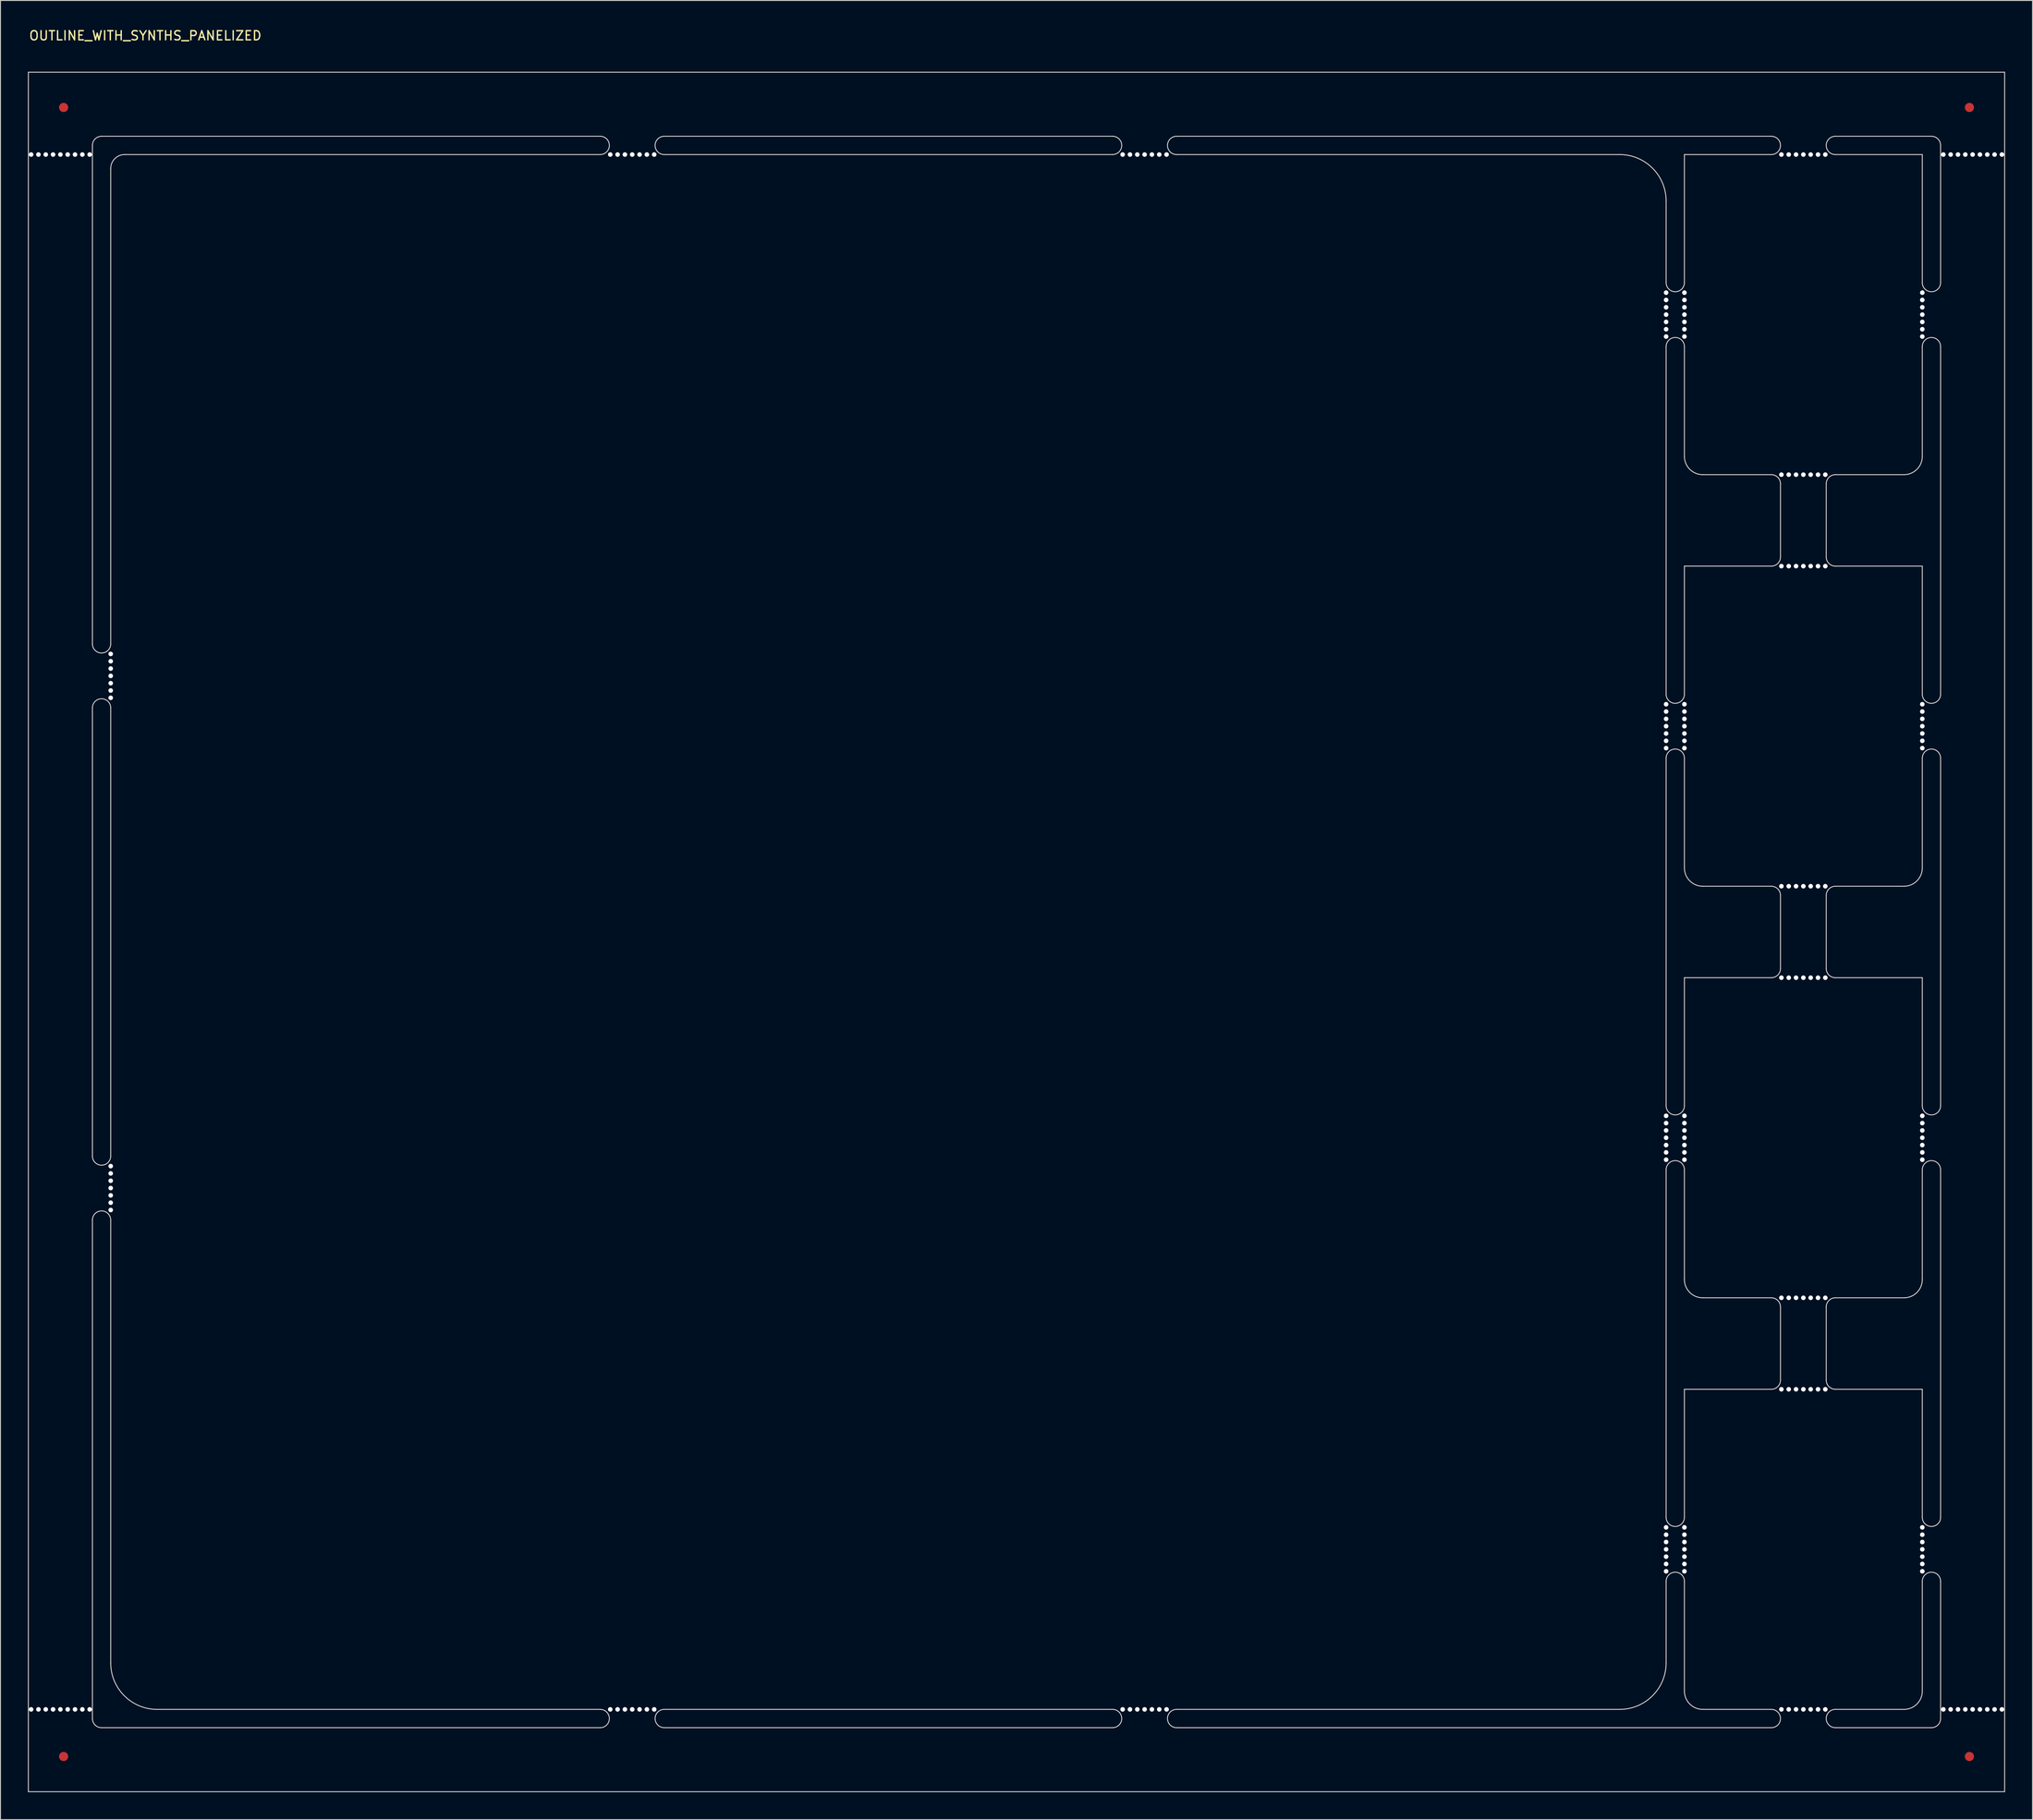
<source format=kicad_pcb>
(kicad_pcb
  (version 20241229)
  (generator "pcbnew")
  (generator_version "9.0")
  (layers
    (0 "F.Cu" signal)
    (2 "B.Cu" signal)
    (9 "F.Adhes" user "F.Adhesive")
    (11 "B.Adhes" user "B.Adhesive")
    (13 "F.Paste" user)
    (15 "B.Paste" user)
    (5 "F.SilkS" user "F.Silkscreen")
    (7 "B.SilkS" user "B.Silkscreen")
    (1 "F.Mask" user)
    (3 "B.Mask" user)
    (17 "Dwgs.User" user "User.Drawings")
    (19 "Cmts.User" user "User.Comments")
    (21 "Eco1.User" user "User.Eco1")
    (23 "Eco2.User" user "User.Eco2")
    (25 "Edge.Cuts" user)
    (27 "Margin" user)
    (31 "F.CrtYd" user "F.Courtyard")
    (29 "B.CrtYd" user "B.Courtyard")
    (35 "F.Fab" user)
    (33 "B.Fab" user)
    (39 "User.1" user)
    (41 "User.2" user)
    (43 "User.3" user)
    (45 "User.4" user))
  (footprint "OUTLINE_WITH_SYNTHS_PANELIZED"
    (layer "F.Cu")
    (at 9.05 13.848)
    (property "Reference" "OUTLINE_WITH_SYNTHS_PANELIZED" (at -9 -13 0) (unlocked yes) (layer "F.SilkS") (effects (font (size 1 1) (thickness 0.15)) (justify left)))
    (fp_line (start -9 -9) (end 207 -9) (stroke (width 0.1) (type default)) (layer "Edge.Cuts"))
    (fp_line (start -9 179) (end -9 -9) (stroke (width 0.1) (type default)) (layer "Edge.Cuts"))
    (fp_line (start -2 -1) (end -2 53.5) (stroke (width 0.1) (type default)) (layer "Edge.Cuts"))
    (fp_line (start -2 60.5) (end -2 109.5) (stroke (width 0.1) (type default)) (layer "Edge.Cuts"))
    (fp_line (start -2 116.5) (end -2 171) (stroke (width 0.1) (type default)) (layer "Edge.Cuts"))
    (fp_line (start 0 53.5) (end 0 1.53) (stroke (width 0.1) (type default)) (layer "Edge.Cuts"))
    (fp_line (start 0 109.5) (end 0 60.5) (stroke (width 0.1) (type default)) (layer "Edge.Cuts"))
    (fp_line (start 0 164.92) (end 0 116.5) (stroke (width 0.1) (type default)) (layer "Edge.Cuts"))
    (fp_line (start 5.08 170) (end 53.5 170) (stroke (width 0.1) (type default)) (layer "Edge.Cuts"))
    (fp_line (start 53.5 -2) (end -1 -2) (stroke (width 0.1) (type default)) (layer "Edge.Cuts"))
    (fp_line (start 53.5 0) (end 1.53 0) (stroke (width 0.1) (type default)) (layer "Edge.Cuts"))
    (fp_line (start 53.5 172) (end -1 172) (stroke (width 0.1) (type default)) (layer "Edge.Cuts"))
    (fp_line (start 60.5 -2) (end 109.5 -2) (stroke (width 0.1) (type default)) (layer "Edge.Cuts"))
    (fp_line (start 60.5 0) (end 109.5 0) (stroke (width 0.1) (type default)) (layer "Edge.Cuts"))
    (fp_line (start 60.5 170) (end 109.5 170) (stroke (width 0.1) (type default)) (layer "Edge.Cuts"))
    (fp_line (start 60.5 172) (end 109.5 172) (stroke (width 0.1) (type default)) (layer "Edge.Cuts"))
    (fp_line (start 116.5 0) (end 164.92 0) (stroke (width 0.1) (type default)) (layer "Edge.Cuts"))
    (fp_line (start 116.5 170) (end 164.92 170) (stroke (width 0.1) (type default)) (layer "Edge.Cuts"))
    (fp_line (start 170 14) (end 170 5.08) (stroke (width 0.1) (type default)) (layer "Edge.Cuts"))
    (fp_line (start 170 59) (end 170 21) (stroke (width 0.1) (type default)) (layer "Edge.Cuts"))
    (fp_line (start 170 66) (end 170 104) (stroke (width 0.1) (type default)) (layer "Edge.Cuts"))
    (fp_line (start 170 111) (end 170 149) (stroke (width 0.1) (type default)) (layer "Edge.Cuts"))
    (fp_line (start 170 156) (end 170 164.92) (stroke (width 0.1) (type default)) (layer "Edge.Cuts"))
    (fp_line (start 172 0) (end 172 14) (stroke (width 0.1) (type default)) (layer "Edge.Cuts"))
    (fp_line (start 172 21) (end 172 33) (stroke (width 0.1) (type default)) (layer "Edge.Cuts"))
    (fp_line (start 172 45) (end 172 59) (stroke (width 0.1) (type default)) (layer "Edge.Cuts"))
    (fp_line (start 172 66) (end 172 78) (stroke (width 0.1) (type default)) (layer "Edge.Cuts"))
    (fp_line (start 172 90) (end 172 104) (stroke (width 0.1) (type default)) (layer "Edge.Cuts"))
    (fp_line (start 172 111) (end 172 123) (stroke (width 0.1) (type default)) (layer "Edge.Cuts"))
    (fp_line (start 172 135) (end 172 149) (stroke (width 0.1) (type default)) (layer "Edge.Cuts"))
    (fp_line (start 172 156) (end 172 168) (stroke (width 0.1) (type default)) (layer "Edge.Cuts"))
    (fp_line (start 174 35) (end 181.5 35) (stroke (width 0.1) (type default)) (layer "Edge.Cuts"))
    (fp_line (start 174 80) (end 181.5 80) (stroke (width 0.1) (type default)) (layer "Edge.Cuts"))
    (fp_line (start 174 125) (end 181.5 125) (stroke (width 0.1) (type default)) (layer "Edge.Cuts"))
    (fp_line (start 174 170) (end 181.5 170) (stroke (width 0.1) (type default)) (layer "Edge.Cuts"))
    (fp_line (start 181.5 -2) (end 116.5 -2) (stroke (width 0.1) (type default)) (layer "Edge.Cuts"))
    (fp_line (start 181.5 0) (end 172 0) (stroke (width 0.1) (type default)) (layer "Edge.Cuts"))
    (fp_line (start 181.5 45) (end 172 45) (stroke (width 0.1) (type default)) (layer "Edge.Cuts"))
    (fp_line (start 181.5 90) (end 172 90) (stroke (width 0.1) (type default)) (layer "Edge.Cuts"))
    (fp_line (start 181.5 135) (end 172 135) (stroke (width 0.1) (type default)) (layer "Edge.Cuts"))
    (fp_line (start 181.5 172) (end 116.5 172) (stroke (width 0.1) (type default)) (layer "Edge.Cuts"))
    (fp_line (start 182.5 44) (end 182.5 36) (stroke (width 0.1) (type default)) (layer "Edge.Cuts"))
    (fp_line (start 182.5 89) (end 182.5 81) (stroke (width 0.1) (type default)) (layer "Edge.Cuts"))
    (fp_line (start 182.5 134) (end 182.5 126) (stroke (width 0.1) (type default)) (layer "Edge.Cuts"))
    (fp_line (start 187.5 44) (end 187.5 36) (stroke (width 0.1) (type default)) (layer "Edge.Cuts"))
    (fp_line (start 187.5 89) (end 187.5 81) (stroke (width 0.1) (type default)) (layer "Edge.Cuts"))
    (fp_line (start 187.5 134) (end 187.5 126) (stroke (width 0.1) (type default)) (layer "Edge.Cuts"))
    (fp_line (start 188.5 35) (end 196 35) (stroke (width 0.1) (type default)) (layer "Edge.Cuts"))
    (fp_line (start 188.5 80) (end 196 80) (stroke (width 0.1) (type default)) (layer "Edge.Cuts"))
    (fp_line (start 188.5 125) (end 196 125) (stroke (width 0.1) (type default)) (layer "Edge.Cuts"))
    (fp_line (start 188.5 170) (end 196 170) (stroke (width 0.1) (type default)) (layer "Edge.Cuts"))
    (fp_line (start 188.5 172) (end 199 172) (stroke (width 0.1) (type default)) (layer "Edge.Cuts"))
    (fp_line (start 198 0) (end 188.5 0) (stroke (width 0.1) (type default)) (layer "Edge.Cuts"))
    (fp_line (start 198 14) (end 198 0) (stroke (width 0.1) (type default)) (layer "Edge.Cuts"))
    (fp_line (start 198 33) (end 198 21) (stroke (width 0.1) (type default)) (layer "Edge.Cuts"))
    (fp_line (start 198 45) (end 188.5 45) (stroke (width 0.1) (type default)) (layer "Edge.Cuts"))
    (fp_line (start 198 59) (end 198 45) (stroke (width 0.1) (type default)) (layer "Edge.Cuts"))
    (fp_line (start 198 78) (end 198 66) (stroke (width 0.1) (type default)) (layer "Edge.Cuts"))
    (fp_line (start 198 90) (end 188.5 90) (stroke (width 0.1) (type default)) (layer "Edge.Cuts"))
    (fp_line (start 198 104) (end 198 90) (stroke (width 0.1) (type default)) (layer "Edge.Cuts"))
    (fp_line (start 198 123) (end 198 111) (stroke (width 0.1) (type default)) (layer "Edge.Cuts"))
    (fp_line (start 198 135) (end 188.5 135) (stroke (width 0.1) (type default)) (layer "Edge.Cuts"))
    (fp_line (start 198 149) (end 198 135) (stroke (width 0.1) (type default)) (layer "Edge.Cuts"))
    (fp_line (start 198 168) (end 198 156) (stroke (width 0.1) (type default)) (layer "Edge.Cuts"))
    (fp_line (start 199 -2) (end 188.5 -2) (stroke (width 0.1) (type default)) (layer "Edge.Cuts"))
    (fp_line (start 200 14) (end 200 -1) (stroke (width 0.1) (type default)) (layer "Edge.Cuts"))
    (fp_line (start 200 59) (end 200 21) (stroke (width 0.1) (type default)) (layer "Edge.Cuts"))
    (fp_line (start 200 66) (end 200 104) (stroke (width 0.1) (type default)) (layer "Edge.Cuts"))
    (fp_line (start 200 149) (end 200 111) (stroke (width 0.1) (type default)) (layer "Edge.Cuts"))
    (fp_line (start 200 171) (end 200 156) (stroke (width 0.1) (type default)) (layer "Edge.Cuts"))
    (fp_line (start 207 -9) (end 207 179) (stroke (width 0.1) (type default)) (layer "Edge.Cuts"))
    (fp_line (start 207 179) (end -9 179) (stroke (width 0.1) (type default)) (layer "Edge.Cuts"))
    (fp_arc (start -2 -1) (mid -1.707107 -1.707107) (end -1 -2) (stroke (width 0.1) (type default)) (layer "Edge.Cuts"))
    (fp_arc (start -2 60.5) (mid -1 59.5) (end 0 60.5) (stroke (width 0.1) (type default)) (layer "Edge.Cuts"))
    (fp_arc (start -2 116.5) (mid -1 115.5) (end 0 116.5) (stroke (width 0.1) (type default)) (layer "Edge.Cuts"))
    (fp_arc (start -1 172) (mid -1.707107 171.707107) (end -2 171) (stroke (width 0.1) (type default)) (layer "Edge.Cuts"))
    (fp_arc (start 0 1.53) (mid 0.448127 0.448127) (end 1.53 0) (stroke (width 0.1) (type default)) (layer "Edge.Cuts"))
    (fp_arc (start 0 53.5) (mid -1 54.5) (end -2 53.5) (stroke (width 0.1) (type default)) (layer "Edge.Cuts"))
    (fp_arc (start 0 109.5) (mid -1 110.5) (end -2 109.5) (stroke (width 0.1) (type default)) (layer "Edge.Cuts"))
    (fp_arc (start 5.08 170) (mid 1.487898 168.512102) (end 0 164.92) (stroke (width 0.1) (type default)) (layer "Edge.Cuts"))
    (fp_arc (start 53.5 -2) (mid 54.5 -1) (end 53.5 0) (stroke (width 0.1) (type default)) (layer "Edge.Cuts"))
    (fp_arc (start 53.5 170) (mid 54.5 171) (end 53.5 172) (stroke (width 0.1) (type default)) (layer "Edge.Cuts"))
    (fp_arc (start 60.5 0) (mid 59.5 -1) (end 60.5 -2) (stroke (width 0.1) (type default)) (layer "Edge.Cuts"))
    (fp_arc (start 60.5 172) (mid 59.5 171) (end 60.5 170) (stroke (width 0.1) (type default)) (layer "Edge.Cuts"))
    (fp_arc (start 109.5 -2) (mid 110.5 -1) (end 109.5 0) (stroke (width 0.1) (type default)) (layer "Edge.Cuts"))
    (fp_arc (start 109.5 170) (mid 110.5 171) (end 109.5 172) (stroke (width 0.1) (type default)) (layer "Edge.Cuts"))
    (fp_arc (start 116.5 0) (mid 115.5 -1) (end 116.5 -2) (stroke (width 0.1) (type default)) (layer "Edge.Cuts"))
    (fp_arc (start 116.5 172) (mid 115.5 171) (end 116.5 170) (stroke (width 0.1) (type default)) (layer "Edge.Cuts"))
    (fp_arc (start 164.92 0) (mid 168.512102 1.487898) (end 170 5.08) (stroke (width 0.1) (type default)) (layer "Edge.Cuts"))
    (fp_arc (start 170 21) (mid 171 20) (end 172 21) (stroke (width 0.1) (type default)) (layer "Edge.Cuts"))
    (fp_arc (start 170 66) (mid 171 65) (end 172 66) (stroke (width 0.1) (type default)) (layer "Edge.Cuts"))
    (fp_arc (start 170 111) (mid 171 110) (end 172 111) (stroke (width 0.1) (type default)) (layer "Edge.Cuts"))
    (fp_arc (start 170 156) (mid 171 155) (end 172 156) (stroke (width 0.1) (type default)) (layer "Edge.Cuts"))
    (fp_arc (start 170 164.92) (mid 168.512102 168.512102) (end 164.92 170) (stroke (width 0.1) (type default)) (layer "Edge.Cuts"))
    (fp_arc (start 172 14) (mid 171 15) (end 170 14) (stroke (width 0.1) (type default)) (layer "Edge.Cuts"))
    (fp_arc (start 172 59) (mid 171 60) (end 170 59) (stroke (width 0.1) (type default)) (layer "Edge.Cuts"))
    (fp_arc (start 172 104) (mid 171 105) (end 170 104) (stroke (width 0.1) (type default)) (layer "Edge.Cuts"))
    (fp_arc (start 172 149) (mid 171 150) (end 170 149) (stroke (width 0.1) (type default)) (layer "Edge.Cuts"))
    (fp_arc (start 174 35) (mid 172.585786 34.414214) (end 172 33) (stroke (width 0.1) (type default)) (layer "Edge.Cuts"))
    (fp_arc (start 174 80) (mid 172.585786 79.414214) (end 172 78) (stroke (width 0.1) (type default)) (layer "Edge.Cuts"))
    (fp_arc (start 174 125) (mid 172.585786 124.414214) (end 172 123) (stroke (width 0.1) (type default)) (layer "Edge.Cuts"))
    (fp_arc (start 174 170) (mid 172.585786 169.414214) (end 172 168) (stroke (width 0.1) (type default)) (layer "Edge.Cuts"))
    (fp_arc (start 181.5 -2) (mid 182.5 -1) (end 181.5 0) (stroke (width 0.1) (type default)) (layer "Edge.Cuts"))
    (fp_arc (start 181.5 35) (mid 182.207107 35.292893) (end 182.5 36) (stroke (width 0.1) (type default)) (layer "Edge.Cuts"))
    (fp_arc (start 181.5 80) (mid 182.207107 80.292893) (end 182.5 81) (stroke (width 0.1) (type default)) (layer "Edge.Cuts"))
    (fp_arc (start 181.5 125) (mid 182.207107 125.292893) (end 182.5 126) (stroke (width 0.1) (type default)) (layer "Edge.Cuts"))
    (fp_arc (start 181.5 170) (mid 182.5 171) (end 181.5 172) (stroke (width 0.1) (type default)) (layer "Edge.Cuts"))
    (fp_arc (start 182.5 44) (mid 182.207107 44.707107) (end 181.5 45) (stroke (width 0.1) (type default)) (layer "Edge.Cuts"))
    (fp_arc (start 182.5 89) (mid 182.207107 89.707107) (end 181.5 90) (stroke (width 0.1) (type default)) (layer "Edge.Cuts"))
    (fp_arc (start 182.5 134) (mid 182.207107 134.707107) (end 181.5 135) (stroke (width 0.1) (type default)) (layer "Edge.Cuts"))
    (fp_arc (start 187.5 36) (mid 187.792893 35.292893) (end 188.5 35) (stroke (width 0.1) (type default)) (layer "Edge.Cuts"))
    (fp_arc (start 187.5 81) (mid 187.792893 80.292893) (end 188.5 80) (stroke (width 0.1) (type default)) (layer "Edge.Cuts"))
    (fp_arc (start 187.5 126) (mid 187.792893 125.292893) (end 188.5 125) (stroke (width 0.1) (type default)) (layer "Edge.Cuts"))
    (fp_arc (start 188.5 0) (mid 187.5 -1) (end 188.5 -2) (stroke (width 0.1) (type default)) (layer "Edge.Cuts"))
    (fp_arc (start 188.5 45) (mid 187.792893 44.707107) (end 187.5 44) (stroke (width 0.1) (type default)) (layer "Edge.Cuts"))
    (fp_arc (start 188.5 90) (mid 187.792893 89.707107) (end 187.5 89) (stroke (width 0.1) (type default)) (layer "Edge.Cuts"))
    (fp_arc (start 188.5 135) (mid 187.792893 134.707107) (end 187.5 134) (stroke (width 0.1) (type default)) (layer "Edge.Cuts"))
    (fp_arc (start 188.5 172) (mid 187.5 171) (end 188.5 170) (stroke (width 0.1) (type default)) (layer "Edge.Cuts"))
    (fp_arc (start 198 21) (mid 199 20) (end 200 21) (stroke (width 0.1) (type default)) (layer "Edge.Cuts"))
    (fp_arc (start 198 33) (mid 197.414214 34.414214) (end 196 35) (stroke (width 0.1) (type default)) (layer "Edge.Cuts"))
    (fp_arc (start 198 66) (mid 199 65) (end 200 66) (stroke (width 0.1) (type default)) (layer "Edge.Cuts"))
    (fp_arc (start 198 78) (mid 197.414214 79.414214) (end 196 80) (stroke (width 0.1) (type default)) (layer "Edge.Cuts"))
    (fp_arc (start 198 111) (mid 199 110) (end 200 111) (stroke (width 0.1) (type default)) (layer "Edge.Cuts"))
    (fp_arc (start 198 123) (mid 197.414214 124.414214) (end 196 125) (stroke (width 0.1) (type default)) (layer "Edge.Cuts"))
    (fp_arc (start 198 156) (mid 199 155) (end 200 156) (stroke (width 0.1) (type default)) (layer "Edge.Cuts"))
    (fp_arc (start 198 168) (mid 197.414214 169.414214) (end 196 170) (stroke (width 0.1) (type default)) (layer "Edge.Cuts"))
    (fp_arc (start 199 -2) (mid 199.707107 -1.707107) (end 200 -1) (stroke (width 0.1) (type default)) (layer "Edge.Cuts"))
    (fp_arc (start 200 14) (mid 199 15) (end 198 14) (stroke (width 0.1) (type default)) (layer "Edge.Cuts"))
    (fp_arc (start 200 59) (mid 199 60) (end 198 59) (stroke (width 0.1) (type default)) (layer "Edge.Cuts"))
    (fp_arc (start 200 104) (mid 199 105) (end 198 104) (stroke (width 0.1) (type default)) (layer "Edge.Cuts"))
    (fp_arc (start 200 149) (mid 199 150) (end 198 149) (stroke (width 0.1) (type default)) (layer "Edge.Cuts"))
    (fp_arc (start 200 171) (mid 199.707107 171.707107) (end 199 172) (stroke (width 0.1) (type default)) (layer "Edge.Cuts"))
    (pad "" np_thru_hole circle (at -8.7 0) (size 0.5 0.5) (drill 0.5) (layers "*.Cu" "*.Mask"))
    (pad "" np_thru_hole circle (at -8.7 170) (size 0.5 0.5) (drill 0.5) (layers "*.Cu" "*.Mask"))
    (pad "" np_thru_hole circle (at -7.9 0) (size 0.5 0.5) (drill 0.5) (layers "*.Cu" "*.Mask"))
    (pad "" np_thru_hole circle (at -7.9 170) (size 0.5 0.5) (drill 0.5) (layers "*.Cu" "*.Mask"))
    (pad "" np_thru_hole circle (at -7.1 0) (size 0.5 0.5) (drill 0.5) (layers "*.Cu" "*.Mask"))
    (pad "" np_thru_hole circle (at -7.1 170) (size 0.5 0.5) (drill 0.5) (layers "*.Cu" "*.Mask"))
    (pad "" np_thru_hole circle (at -6.3 0) (size 0.5 0.5) (drill 0.5) (layers "*.Cu" "*.Mask"))
    (pad "" np_thru_hole circle (at -6.3 170) (size 0.5 0.5) (drill 0.5) (layers "*.Cu" "*.Mask"))
    (pad "" np_thru_hole circle (at -5.5 0) (size 0.5 0.5) (drill 0.5) (layers "*.Cu" "*.Mask"))
    (pad "" np_thru_hole circle (at -5.5 170) (size 0.5 0.5) (drill 0.5) (layers "*.Cu" "*.Mask"))
    (pad "" smd circle (at -5.15 -5.15) (size 1 1) (layers "F.Cu" "F.Mask"))
    (pad "" smd circle (at -5.15 175.15) (size 1 1) (layers "F.Cu" "F.Mask"))
    (pad "" np_thru_hole circle (at -4.7 0) (size 0.5 0.5) (drill 0.5) (layers "*.Cu" "*.Mask"))
    (pad "" np_thru_hole circle (at -4.7 170) (size 0.5 0.5) (drill 0.5) (layers "*.Cu" "*.Mask"))
    (pad "" np_thru_hole circle (at -3.9 0) (size 0.5 0.5) (drill 0.5) (layers "*.Cu" "*.Mask"))
    (pad "" np_thru_hole circle (at -3.9 170) (size 0.5 0.5) (drill 0.5) (layers "*.Cu" "*.Mask"))
    (pad "" np_thru_hole circle (at -3.1 0) (size 0.5 0.5) (drill 0.5) (layers "*.Cu" "*.Mask"))
    (pad "" np_thru_hole circle (at -3.1 170) (size 0.5 0.5) (drill 0.5) (layers "*.Cu" "*.Mask"))
    (pad "" np_thru_hole circle (at -2.3 0) (size 0.5 0.5) (drill 0.5) (layers "*.Cu" "*.Mask"))
    (pad "" np_thru_hole circle (at -2.3 170) (size 0.5 0.5) (drill 0.5) (layers "*.Cu" "*.Mask"))
    (pad "" np_thru_hole circle (at 0 54.6 90) (size 0.5 0.5) (drill 0.5) (layers "*.Cu" "*.Mask"))
    (pad "" np_thru_hole circle (at 0 55.4 90) (size 0.5 0.5) (drill 0.5) (layers "*.Cu" "*.Mask"))
    (pad "" np_thru_hole circle (at 0 56.2 90) (size 0.5 0.5) (drill 0.5) (layers "*.Cu" "*.Mask"))
    (pad "" np_thru_hole circle (at 0 57 90) (size 0.5 0.5) (drill 0.5) (layers "*.Cu" "*.Mask"))
    (pad "" np_thru_hole circle (at 0 57.8 90) (size 0.5 0.5) (drill 0.5) (layers "*.Cu" "*.Mask"))
    (pad "" np_thru_hole circle (at 0 58.6 90) (size 0.5 0.5) (drill 0.5) (layers "*.Cu" "*.Mask"))
    (pad "" np_thru_hole circle (at 0 59.4 90) (size 0.5 0.5) (drill 0.5) (layers "*.Cu" "*.Mask"))
    (pad "" np_thru_hole circle (at 0 110.6 90) (size 0.5 0.5) (drill 0.5) (layers "*.Cu" "*.Mask"))
    (pad "" np_thru_hole circle (at 0 111.4 90) (size 0.5 0.5) (drill 0.5) (layers "*.Cu" "*.Mask"))
    (pad "" np_thru_hole circle (at 0 112.2 90) (size 0.5 0.5) (drill 0.5) (layers "*.Cu" "*.Mask"))
    (pad "" np_thru_hole circle (at 0 113 90) (size 0.5 0.5) (drill 0.5) (layers "*.Cu" "*.Mask"))
    (pad "" np_thru_hole circle (at 0 113.8 90) (size 0.5 0.5) (drill 0.5) (layers "*.Cu" "*.Mask"))
    (pad "" np_thru_hole circle (at 0 114.6 90) (size 0.5 0.5) (drill 0.5) (layers "*.Cu" "*.Mask"))
    (pad "" np_thru_hole circle (at 0 115.4 90) (size 0.5 0.5) (drill 0.5) (layers "*.Cu" "*.Mask"))
    (pad "" np_thru_hole circle (at 54.6 0) (size 0.5 0.5) (drill 0.5) (layers "*.Cu" "*.Mask"))
    (pad "" np_thru_hole circle (at 54.6 170 180) (size 0.5 0.5) (drill 0.5) (layers "*.Cu" "*.Mask"))
    (pad "" np_thru_hole circle (at 55.4 0) (size 0.5 0.5) (drill 0.5) (layers "*.Cu" "*.Mask"))
    (pad "" np_thru_hole circle (at 55.4 170 180) (size 0.5 0.5) (drill 0.5) (layers "*.Cu" "*.Mask"))
    (pad "" np_thru_hole circle (at 56.2 0) (size 0.5 0.5) (drill 0.5) (layers "*.Cu" "*.Mask"))
    (pad "" np_thru_hole circle (at 56.2 170 180) (size 0.5 0.5) (drill 0.5) (layers "*.Cu" "*.Mask"))
    (pad "" np_thru_hole circle (at 57 0) (size 0.5 0.5) (drill 0.5) (layers "*.Cu" "*.Mask"))
    (pad "" np_thru_hole circle (at 57 170 180) (size 0.5 0.5) (drill 0.5) (layers "*.Cu" "*.Mask"))
    (pad "" np_thru_hole circle (at 57.8 0) (size 0.5 0.5) (drill 0.5) (layers "*.Cu" "*.Mask"))
    (pad "" np_thru_hole circle (at 57.8 170 180) (size 0.5 0.5) (drill 0.5) (layers "*.Cu" "*.Mask"))
    (pad "" np_thru_hole circle (at 58.6 0) (size 0.5 0.5) (drill 0.5) (layers "*.Cu" "*.Mask"))
    (pad "" np_thru_hole circle (at 58.6 170 180) (size 0.5 0.5) (drill 0.5) (layers "*.Cu" "*.Mask"))
    (pad "" np_thru_hole circle (at 59.4 0) (size 0.5 0.5) (drill 0.5) (layers "*.Cu" "*.Mask"))
    (pad "" np_thru_hole circle (at 59.4 170 180) (size 0.5 0.5) (drill 0.5) (layers "*.Cu" "*.Mask"))
    (pad "" np_thru_hole circle (at 110.6 0) (size 0.5 0.5) (drill 0.5) (layers "*.Cu" "*.Mask"))
    (pad "" np_thru_hole circle (at 110.6 170 180) (size 0.5 0.5) (drill 0.5) (layers "*.Cu" "*.Mask"))
    (pad "" np_thru_hole circle (at 111.4 0) (size 0.5 0.5) (drill 0.5) (layers "*.Cu" "*.Mask"))
    (pad "" np_thru_hole circle (at 111.4 170 180) (size 0.5 0.5) (drill 0.5) (layers "*.Cu" "*.Mask"))
    (pad "" np_thru_hole circle (at 112.2 0) (size 0.5 0.5) (drill 0.5) (layers "*.Cu" "*.Mask"))
    (pad "" np_thru_hole circle (at 112.2 170 180) (size 0.5 0.5) (drill 0.5) (layers "*.Cu" "*.Mask"))
    (pad "" np_thru_hole circle (at 113 0) (size 0.5 0.5) (drill 0.5) (layers "*.Cu" "*.Mask"))
    (pad "" np_thru_hole circle (at 113 170 180) (size 0.5 0.5) (drill 0.5) (layers "*.Cu" "*.Mask"))
    (pad "" np_thru_hole circle (at 113.8 0) (size 0.5 0.5) (drill 0.5) (layers "*.Cu" "*.Mask"))
    (pad "" np_thru_hole circle (at 113.8 170 180) (size 0.5 0.5) (drill 0.5) (layers "*.Cu" "*.Mask"))
    (pad "" np_thru_hole circle (at 114.6 0) (size 0.5 0.5) (drill 0.5) (layers "*.Cu" "*.Mask"))
    (pad "" np_thru_hole circle (at 114.6 170 180) (size 0.5 0.5) (drill 0.5) (layers "*.Cu" "*.Mask"))
    (pad "" np_thru_hole circle (at 115.4 0) (size 0.5 0.5) (drill 0.5) (layers "*.Cu" "*.Mask"))
    (pad "" np_thru_hole circle (at 115.4 170 180) (size 0.5 0.5) (drill 0.5) (layers "*.Cu" "*.Mask"))
    (pad "" np_thru_hole circle (at 170 15.1 270) (size 0.5 0.5) (drill 0.5) (layers "*.Cu" "*.Mask"))
    (pad "" np_thru_hole circle (at 170 15.9 270) (size 0.5 0.5) (drill 0.5) (layers "*.Cu" "*.Mask"))
    (pad "" np_thru_hole circle (at 170 16.7 270) (size 0.5 0.5) (drill 0.5) (layers "*.Cu" "*.Mask"))
    (pad "" np_thru_hole circle (at 170 17.5 270) (size 0.5 0.5) (drill 0.5) (layers "*.Cu" "*.Mask"))
    (pad "" np_thru_hole circle (at 170 18.3 270) (size 0.5 0.5) (drill 0.5) (layers "*.Cu" "*.Mask"))
    (pad "" np_thru_hole circle (at 170 19.1 270) (size 0.5 0.5) (drill 0.5) (layers "*.Cu" "*.Mask"))
    (pad "" np_thru_hole circle (at 170 19.9 270) (size 0.5 0.5) (drill 0.5) (layers "*.Cu" "*.Mask"))
    (pad "" np_thru_hole circle (at 170 60.1 270) (size 0.5 0.5) (drill 0.5) (layers "*.Cu" "*.Mask"))
    (pad "" np_thru_hole circle (at 170 60.9 270) (size 0.5 0.5) (drill 0.5) (layers "*.Cu" "*.Mask"))
    (pad "" np_thru_hole circle (at 170 61.7 270) (size 0.5 0.5) (drill 0.5) (layers "*.Cu" "*.Mask"))
    (pad "" np_thru_hole circle (at 170 62.5 270) (size 0.5 0.5) (drill 0.5) (layers "*.Cu" "*.Mask"))
    (pad "" np_thru_hole circle (at 170 63.3 270) (size 0.5 0.5) (drill 0.5) (layers "*.Cu" "*.Mask"))
    (pad "" np_thru_hole circle (at 170 64.1 270) (size 0.5 0.5) (drill 0.5) (layers "*.Cu" "*.Mask"))
    (pad "" np_thru_hole circle (at 170 64.9 270) (size 0.5 0.5) (drill 0.5) (layers "*.Cu" "*.Mask"))
    (pad "" np_thru_hole circle (at 170 105.1 270) (size 0.5 0.5) (drill 0.5) (layers "*.Cu" "*.Mask"))
    (pad "" np_thru_hole circle (at 170 105.9 270) (size 0.5 0.5) (drill 0.5) (layers "*.Cu" "*.Mask"))
    (pad "" np_thru_hole circle (at 170 106.7 270) (size 0.5 0.5) (drill 0.5) (layers "*.Cu" "*.Mask"))
    (pad "" np_thru_hole circle (at 170 107.5 270) (size 0.5 0.5) (drill 0.5) (layers "*.Cu" "*.Mask"))
    (pad "" np_thru_hole circle (at 170 108.3 270) (size 0.5 0.5) (drill 0.5) (layers "*.Cu" "*.Mask"))
    (pad "" np_thru_hole circle (at 170 109.1 270) (size 0.5 0.5) (drill 0.5) (layers "*.Cu" "*.Mask"))
    (pad "" np_thru_hole circle (at 170 109.9 270) (size 0.5 0.5) (drill 0.5) (layers "*.Cu" "*.Mask"))
    (pad "" np_thru_hole circle (at 170 150.1 270) (size 0.5 0.5) (drill 0.5) (layers "*.Cu" "*.Mask"))
    (pad "" np_thru_hole circle (at 170 150.9 270) (size 0.5 0.5) (drill 0.5) (layers "*.Cu" "*.Mask"))
    (pad "" np_thru_hole circle (at 170 151.7 270) (size 0.5 0.5) (drill 0.5) (layers "*.Cu" "*.Mask"))
    (pad "" np_thru_hole circle (at 170 152.5 270) (size 0.5 0.5) (drill 0.5) (layers "*.Cu" "*.Mask"))
    (pad "" np_thru_hole circle (at 170 153.3 270) (size 0.5 0.5) (drill 0.5) (layers "*.Cu" "*.Mask"))
    (pad "" np_thru_hole circle (at 170 154.1 270) (size 0.5 0.5) (drill 0.5) (layers "*.Cu" "*.Mask"))
    (pad "" np_thru_hole circle (at 170 154.9 270) (size 0.5 0.5) (drill 0.5) (layers "*.Cu" "*.Mask"))
    (pad "" np_thru_hole circle (at 172 15.1 270) (size 0.5 0.5) (drill 0.5) (layers "*.Cu" "*.Mask"))
    (pad "" np_thru_hole circle (at 172 15.9 270) (size 0.5 0.5) (drill 0.5) (layers "*.Cu" "*.Mask"))
    (pad "" np_thru_hole circle (at 172 16.7 270) (size 0.5 0.5) (drill 0.5) (layers "*.Cu" "*.Mask"))
    (pad "" np_thru_hole circle (at 172 17.5 270) (size 0.5 0.5) (drill 0.5) (layers "*.Cu" "*.Mask"))
    (pad "" np_thru_hole circle (at 172 18.3 270) (size 0.5 0.5) (drill 0.5) (layers "*.Cu" "*.Mask"))
    (pad "" np_thru_hole circle (at 172 19.1 270) (size 0.5 0.5) (drill 0.5) (layers "*.Cu" "*.Mask"))
    (pad "" np_thru_hole circle (at 172 19.9 270) (size 0.5 0.5) (drill 0.5) (layers "*.Cu" "*.Mask"))
    (pad "" np_thru_hole circle (at 172 60.1 270) (size 0.5 0.5) (drill 0.5) (layers "*.Cu" "*.Mask"))
    (pad "" np_thru_hole circle (at 172 60.9 270) (size 0.5 0.5) (drill 0.5) (layers "*.Cu" "*.Mask"))
    (pad "" np_thru_hole circle (at 172 61.7 270) (size 0.5 0.5) (drill 0.5) (layers "*.Cu" "*.Mask"))
    (pad "" np_thru_hole circle (at 172 62.5 270) (size 0.5 0.5) (drill 0.5) (layers "*.Cu" "*.Mask"))
    (pad "" np_thru_hole circle (at 172 63.3 270) (size 0.5 0.5) (drill 0.5) (layers "*.Cu" "*.Mask"))
    (pad "" np_thru_hole circle (at 172 64.1 270) (size 0.5 0.5) (drill 0.5) (layers "*.Cu" "*.Mask"))
    (pad "" np_thru_hole circle (at 172 64.9 270) (size 0.5 0.5) (drill 0.5) (layers "*.Cu" "*.Mask"))
    (pad "" np_thru_hole circle (at 172 105.1 270) (size 0.5 0.5) (drill 0.5) (layers "*.Cu" "*.Mask"))
    (pad "" np_thru_hole circle (at 172 105.9 270) (size 0.5 0.5) (drill 0.5) (layers "*.Cu" "*.Mask"))
    (pad "" np_thru_hole circle (at 172 106.7 270) (size 0.5 0.5) (drill 0.5) (layers "*.Cu" "*.Mask"))
    (pad "" np_thru_hole circle (at 172 107.5 270) (size 0.5 0.5) (drill 0.5) (layers "*.Cu" "*.Mask"))
    (pad "" np_thru_hole circle (at 172 108.3 270) (size 0.5 0.5) (drill 0.5) (layers "*.Cu" "*.Mask"))
    (pad "" np_thru_hole circle (at 172 109.1 270) (size 0.5 0.5) (drill 0.5) (layers "*.Cu" "*.Mask"))
    (pad "" np_thru_hole circle (at 172 109.9 270) (size 0.5 0.5) (drill 0.5) (layers "*.Cu" "*.Mask"))
    (pad "" np_thru_hole circle (at 172 150.1 270) (size 0.5 0.5) (drill 0.5) (layers "*.Cu" "*.Mask"))
    (pad "" np_thru_hole circle (at 172 150.9 270) (size 0.5 0.5) (drill 0.5) (layers "*.Cu" "*.Mask"))
    (pad "" np_thru_hole circle (at 172 151.7 270) (size 0.5 0.5) (drill 0.5) (layers "*.Cu" "*.Mask"))
    (pad "" np_thru_hole circle (at 172 152.5 270) (size 0.5 0.5) (drill 0.5) (layers "*.Cu" "*.Mask"))
    (pad "" np_thru_hole circle (at 172 153.3 270) (size 0.5 0.5) (drill 0.5) (layers "*.Cu" "*.Mask"))
    (pad "" np_thru_hole circle (at 172 154.1 270) (size 0.5 0.5) (drill 0.5) (layers "*.Cu" "*.Mask"))
    (pad "" np_thru_hole circle (at 172 154.9 270) (size 0.5 0.5) (drill 0.5) (layers "*.Cu" "*.Mask"))
    (pad "" np_thru_hole circle (at 182.6 0) (size 0.5 0.5) (drill 0.5) (layers "*.Cu" "*.Mask"))
    (pad "" np_thru_hole circle (at 182.6 35 180) (size 0.5 0.5) (drill 0.5) (layers "*.Cu" "*.Mask"))
    (pad "" np_thru_hole circle (at 182.6 45) (size 0.5 0.5) (drill 0.5) (layers "*.Cu" "*.Mask"))
    (pad "" np_thru_hole circle (at 182.6 80 180) (size 0.5 0.5) (drill 0.5) (layers "*.Cu" "*.Mask"))
    (pad "" np_thru_hole circle (at 182.6 90) (size 0.5 0.5) (drill 0.5) (layers "*.Cu" "*.Mask"))
    (pad "" np_thru_hole circle (at 182.6 125 180) (size 0.5 0.5) (drill 0.5) (layers "*.Cu" "*.Mask"))
    (pad "" np_thru_hole circle (at 182.6 135) (size 0.5 0.5) (drill 0.5) (layers "*.Cu" "*.Mask"))
    (pad "" np_thru_hole circle (at 182.6 170 180) (size 0.5 0.5) (drill 0.5) (layers "*.Cu" "*.Mask"))
    (pad "" np_thru_hole circle (at 183.4 0) (size 0.5 0.5) (drill 0.5) (layers "*.Cu" "*.Mask"))
    (pad "" np_thru_hole circle (at 183.4 35 180) (size 0.5 0.5) (drill 0.5) (layers "*.Cu" "*.Mask"))
    (pad "" np_thru_hole circle (at 183.4 45) (size 0.5 0.5) (drill 0.5) (layers "*.Cu" "*.Mask"))
    (pad "" np_thru_hole circle (at 183.4 80 180) (size 0.5 0.5) (drill 0.5) (layers "*.Cu" "*.Mask"))
    (pad "" np_thru_hole circle (at 183.4 90) (size 0.5 0.5) (drill 0.5) (layers "*.Cu" "*.Mask"))
    (pad "" np_thru_hole circle (at 183.4 125 180) (size 0.5 0.5) (drill 0.5) (layers "*.Cu" "*.Mask"))
    (pad "" np_thru_hole circle (at 183.4 135) (size 0.5 0.5) (drill 0.5) (layers "*.Cu" "*.Mask"))
    (pad "" np_thru_hole circle (at 183.4 170 180) (size 0.5 0.5) (drill 0.5) (layers "*.Cu" "*.Mask"))
    (pad "" np_thru_hole circle (at 184.2 0) (size 0.5 0.5) (drill 0.5) (layers "*.Cu" "*.Mask"))
    (pad "" np_thru_hole circle (at 184.2 35 180) (size 0.5 0.5) (drill 0.5) (layers "*.Cu" "*.Mask"))
    (pad "" np_thru_hole circle (at 184.2 45) (size 0.5 0.5) (drill 0.5) (layers "*.Cu" "*.Mask"))
    (pad "" np_thru_hole circle (at 184.2 80 180) (size 0.5 0.5) (drill 0.5) (layers "*.Cu" "*.Mask"))
    (pad "" np_thru_hole circle (at 184.2 90) (size 0.5 0.5) (drill 0.5) (layers "*.Cu" "*.Mask"))
    (pad "" np_thru_hole circle (at 184.2 125 180) (size 0.5 0.5) (drill 0.5) (layers "*.Cu" "*.Mask"))
    (pad "" np_thru_hole circle (at 184.2 135) (size 0.5 0.5) (drill 0.5) (layers "*.Cu" "*.Mask"))
    (pad "" np_thru_hole circle (at 184.2 170 180) (size 0.5 0.5) (drill 0.5) (layers "*.Cu" "*.Mask"))
    (pad "" np_thru_hole circle (at 185 0) (size 0.5 0.5) (drill 0.5) (layers "*.Cu" "*.Mask"))
    (pad "" np_thru_hole circle (at 185 35 180) (size 0.5 0.5) (drill 0.5) (layers "*.Cu" "*.Mask"))
    (pad "" np_thru_hole circle (at 185 45) (size 0.5 0.5) (drill 0.5) (layers "*.Cu" "*.Mask"))
    (pad "" np_thru_hole circle (at 185 80 180) (size 0.5 0.5) (drill 0.5) (layers "*.Cu" "*.Mask"))
    (pad "" np_thru_hole circle (at 185 90) (size 0.5 0.5) (drill 0.5) (layers "*.Cu" "*.Mask"))
    (pad "" np_thru_hole circle (at 185 125 180) (size 0.5 0.5) (drill 0.5) (layers "*.Cu" "*.Mask"))
    (pad "" np_thru_hole circle (at 185 135) (size 0.5 0.5) (drill 0.5) (layers "*.Cu" "*.Mask"))
    (pad "" np_thru_hole circle (at 185 170 180) (size 0.5 0.5) (drill 0.5) (layers "*.Cu" "*.Mask"))
    (pad "" np_thru_hole circle (at 185.8 0) (size 0.5 0.5) (drill 0.5) (layers "*.Cu" "*.Mask"))
    (pad "" np_thru_hole circle (at 185.8 35 180) (size 0.5 0.5) (drill 0.5) (layers "*.Cu" "*.Mask"))
    (pad "" np_thru_hole circle (at 185.8 45) (size 0.5 0.5) (drill 0.5) (layers "*.Cu" "*.Mask"))
    (pad "" np_thru_hole circle (at 185.8 80 180) (size 0.5 0.5) (drill 0.5) (layers "*.Cu" "*.Mask"))
    (pad "" np_thru_hole circle (at 185.8 90) (size 0.5 0.5) (drill 0.5) (layers "*.Cu" "*.Mask"))
    (pad "" np_thru_hole circle (at 185.8 125 180) (size 0.5 0.5) (drill 0.5) (layers "*.Cu" "*.Mask"))
    (pad "" np_thru_hole circle (at 185.8 135) (size 0.5 0.5) (drill 0.5) (layers "*.Cu" "*.Mask"))
    (pad "" np_thru_hole circle (at 185.8 170 180) (size 0.5 0.5) (drill 0.5) (layers "*.Cu" "*.Mask"))
    (pad "" np_thru_hole circle (at 186.6 0) (size 0.5 0.5) (drill 0.5) (layers "*.Cu" "*.Mask"))
    (pad "" np_thru_hole circle (at 186.6 35 180) (size 0.5 0.5) (drill 0.5) (layers "*.Cu" "*.Mask"))
    (pad "" np_thru_hole circle (at 186.6 45) (size 0.5 0.5) (drill 0.5) (layers "*.Cu" "*.Mask"))
    (pad "" np_thru_hole circle (at 186.6 80 180) (size 0.5 0.5) (drill 0.5) (layers "*.Cu" "*.Mask"))
    (pad "" np_thru_hole circle (at 186.6 90) (size 0.5 0.5) (drill 0.5) (layers "*.Cu" "*.Mask"))
    (pad "" np_thru_hole circle (at 186.6 125 180) (size 0.5 0.5) (drill 0.5) (layers "*.Cu" "*.Mask"))
    (pad "" np_thru_hole circle (at 186.6 135) (size 0.5 0.5) (drill 0.5) (layers "*.Cu" "*.Mask"))
    (pad "" np_thru_hole circle (at 186.6 170 180) (size 0.5 0.5) (drill 0.5) (layers "*.Cu" "*.Mask"))
    (pad "" np_thru_hole circle (at 187.4 0) (size 0.5 0.5) (drill 0.5) (layers "*.Cu" "*.Mask"))
    (pad "" np_thru_hole circle (at 187.4 35 180) (size 0.5 0.5) (drill 0.5) (layers "*.Cu" "*.Mask"))
    (pad "" np_thru_hole circle (at 187.4 45) (size 0.5 0.5) (drill 0.5) (layers "*.Cu" "*.Mask"))
    (pad "" np_thru_hole circle (at 187.4 80 180) (size 0.5 0.5) (drill 0.5) (layers "*.Cu" "*.Mask"))
    (pad "" np_thru_hole circle (at 187.4 90) (size 0.5 0.5) (drill 0.5) (layers "*.Cu" "*.Mask"))
    (pad "" np_thru_hole circle (at 187.4 125 180) (size 0.5 0.5) (drill 0.5) (layers "*.Cu" "*.Mask"))
    (pad "" np_thru_hole circle (at 187.4 135) (size 0.5 0.5) (drill 0.5) (layers "*.Cu" "*.Mask"))
    (pad "" np_thru_hole circle (at 187.4 170 180) (size 0.5 0.5) (drill 0.5) (layers "*.Cu" "*.Mask"))
    (pad "" np_thru_hole circle (at 198 15.1 270) (size 0.5 0.5) (drill 0.5) (layers "*.Cu" "*.Mask"))
    (pad "" np_thru_hole circle (at 198 15.9 270) (size 0.5 0.5) (drill 0.5) (layers "*.Cu" "*.Mask"))
    (pad "" np_thru_hole circle (at 198 16.7 270) (size 0.5 0.5) (drill 0.5) (layers "*.Cu" "*.Mask"))
    (pad "" np_thru_hole circle (at 198 17.5 270) (size 0.5 0.5) (drill 0.5) (layers "*.Cu" "*.Mask"))
    (pad "" np_thru_hole circle (at 198 18.3 270) (size 0.5 0.5) (drill 0.5) (layers "*.Cu" "*.Mask"))
    (pad "" np_thru_hole circle (at 198 19.1 270) (size 0.5 0.5) (drill 0.5) (layers "*.Cu" "*.Mask"))
    (pad "" np_thru_hole circle (at 198 19.9 270) (size 0.5 0.5) (drill 0.5) (layers "*.Cu" "*.Mask"))
    (pad "" np_thru_hole circle (at 198 60.1 270) (size 0.5 0.5) (drill 0.5) (layers "*.Cu" "*.Mask"))
    (pad "" np_thru_hole circle (at 198 60.9 270) (size 0.5 0.5) (drill 0.5) (layers "*.Cu" "*.Mask"))
    (pad "" np_thru_hole circle (at 198 61.7 270) (size 0.5 0.5) (drill 0.5) (layers "*.Cu" "*.Mask"))
    (pad "" np_thru_hole circle (at 198 62.5 270) (size 0.5 0.5) (drill 0.5) (layers "*.Cu" "*.Mask"))
    (pad "" np_thru_hole circle (at 198 63.3 270) (size 0.5 0.5) (drill 0.5) (layers "*.Cu" "*.Mask"))
    (pad "" np_thru_hole circle (at 198 64.1 270) (size 0.5 0.5) (drill 0.5) (layers "*.Cu" "*.Mask"))
    (pad "" np_thru_hole circle (at 198 64.9 270) (size 0.5 0.5) (drill 0.5) (layers "*.Cu" "*.Mask"))
    (pad "" np_thru_hole circle (at 198 105.1 270) (size 0.5 0.5) (drill 0.5) (layers "*.Cu" "*.Mask"))
    (pad "" np_thru_hole circle (at 198 105.9 270) (size 0.5 0.5) (drill 0.5) (layers "*.Cu" "*.Mask"))
    (pad "" np_thru_hole circle (at 198 106.7 270) (size 0.5 0.5) (drill 0.5) (layers "*.Cu" "*.Mask"))
    (pad "" np_thru_hole circle (at 198 107.5 270) (size 0.5 0.5) (drill 0.5) (layers "*.Cu" "*.Mask"))
    (pad "" np_thru_hole circle (at 198 108.3 270) (size 0.5 0.5) (drill 0.5) (layers "*.Cu" "*.Mask"))
    (pad "" np_thru_hole circle (at 198 109.1 270) (size 0.5 0.5) (drill 0.5) (layers "*.Cu" "*.Mask"))
    (pad "" np_thru_hole circle (at 198 109.9 270) (size 0.5 0.5) (drill 0.5) (layers "*.Cu" "*.Mask"))
    (pad "" np_thru_hole circle (at 198 150.1 270) (size 0.5 0.5) (drill 0.5) (layers "*.Cu" "*.Mask"))
    (pad "" np_thru_hole circle (at 198 150.9 270) (size 0.5 0.5) (drill 0.5) (layers "*.Cu" "*.Mask"))
    (pad "" np_thru_hole circle (at 198 151.7 270) (size 0.5 0.5) (drill 0.5) (layers "*.Cu" "*.Mask"))
    (pad "" np_thru_hole circle (at 198 152.5 270) (size 0.5 0.5) (drill 0.5) (layers "*.Cu" "*.Mask"))
    (pad "" np_thru_hole circle (at 198 153.3 270) (size 0.5 0.5) (drill 0.5) (layers "*.Cu" "*.Mask"))
    (pad "" np_thru_hole circle (at 198 154.1 270) (size 0.5 0.5) (drill 0.5) (layers "*.Cu" "*.Mask"))
    (pad "" np_thru_hole circle (at 198 154.9 270) (size 0.5 0.5) (drill 0.5) (layers "*.Cu" "*.Mask"))
    (pad "" np_thru_hole circle (at 200.3 0) (size 0.5 0.5) (drill 0.5) (layers "*.Cu" "*.Mask"))
    (pad "" np_thru_hole circle (at 200.3 170) (size 0.5 0.5) (drill 0.5) (layers "*.Cu" "*.Mask"))
    (pad "" np_thru_hole circle (at 201.1 0) (size 0.5 0.5) (drill 0.5) (layers "*.Cu" "*.Mask"))
    (pad "" np_thru_hole circle (at 201.1 170) (size 0.5 0.5) (drill 0.5) (layers "*.Cu" "*.Mask"))
    (pad "" np_thru_hole circle (at 201.9 0) (size 0.5 0.5) (drill 0.5) (layers "*.Cu" "*.Mask"))
    (pad "" np_thru_hole circle (at 201.9 170) (size 0.5 0.5) (drill 0.5) (layers "*.Cu" "*.Mask"))
    (pad "" np_thru_hole circle (at 202.7 0) (size 0.5 0.5) (drill 0.5) (layers "*.Cu" "*.Mask"))
    (pad "" np_thru_hole circle (at 202.7 170) (size 0.5 0.5) (drill 0.5) (layers "*.Cu" "*.Mask"))
    (pad "" smd circle (at 203.15 -5.15) (size 1 1) (layers "F.Cu" "F.Mask"))
    (pad "" smd circle (at 203.15 175.15) (size 1 1) (layers "F.Cu" "F.Mask"))
    (pad "" np_thru_hole circle (at 203.5 0) (size 0.5 0.5) (drill 0.5) (layers "*.Cu" "*.Mask"))
    (pad "" np_thru_hole circle (at 203.5 170) (size 0.5 0.5) (drill 0.5) (layers "*.Cu" "*.Mask"))
    (pad "" np_thru_hole circle (at 204.3 0) (size 0.5 0.5) (drill 0.5) (layers "*.Cu" "*.Mask"))
    (pad "" np_thru_hole circle (at 204.3 170) (size 0.5 0.5) (drill 0.5) (layers "*.Cu" "*.Mask"))
    (pad "" np_thru_hole circle (at 205.1 0) (size 0.5 0.5) (drill 0.5) (layers "*.Cu" "*.Mask"))
    (pad "" np_thru_hole circle (at 205.1 170) (size 0.5 0.5) (drill 0.5) (layers "*.Cu" "*.Mask"))
    (pad "" np_thru_hole circle (at 205.9 0) (size 0.5 0.5) (drill 0.5) (layers "*.Cu" "*.Mask"))
    (pad "" np_thru_hole circle (at 205.9 170) (size 0.5 0.5) (drill 0.5) (layers "*.Cu" "*.Mask"))
    (pad "" np_thru_hole circle (at 206.7 0) (size 0.5 0.5) (drill 0.5) (layers "*.Cu" "*.Mask"))
    (pad "" np_thru_hole circle (at 206.7 170) (size 0.5 0.5) (drill 0.5) (layers "*.Cu" "*.Mask")))
  (gr_rect
    (start -3 -3)
    (end 219.1 195.898)
    (stroke (width 0.1) (type default))
    (fill no)
    (layer "Edge.Cuts")))
</source>
